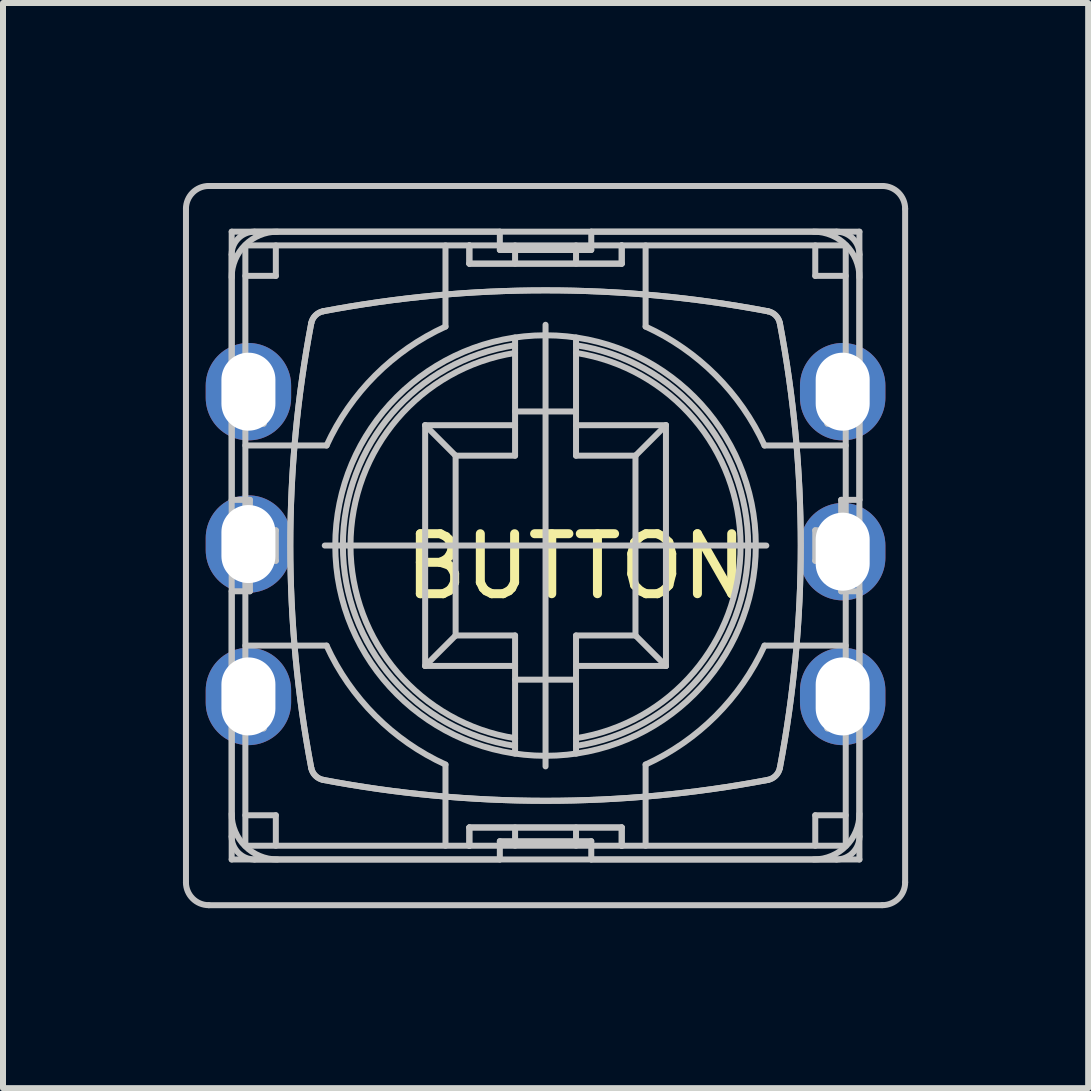
<source format=kicad_pcb>
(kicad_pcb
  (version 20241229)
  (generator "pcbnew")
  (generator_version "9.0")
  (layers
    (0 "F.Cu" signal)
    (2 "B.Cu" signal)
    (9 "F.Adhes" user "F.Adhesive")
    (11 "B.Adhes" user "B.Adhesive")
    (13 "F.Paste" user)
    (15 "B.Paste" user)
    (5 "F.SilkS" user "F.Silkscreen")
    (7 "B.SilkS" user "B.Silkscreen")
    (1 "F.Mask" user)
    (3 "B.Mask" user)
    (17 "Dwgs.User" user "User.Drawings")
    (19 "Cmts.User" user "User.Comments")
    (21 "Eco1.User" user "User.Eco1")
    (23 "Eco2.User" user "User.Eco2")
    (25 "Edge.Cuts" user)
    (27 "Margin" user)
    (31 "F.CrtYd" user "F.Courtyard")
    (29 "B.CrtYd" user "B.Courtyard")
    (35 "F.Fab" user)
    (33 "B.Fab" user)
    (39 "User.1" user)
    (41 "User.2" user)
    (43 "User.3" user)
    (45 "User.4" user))
  (footprint "BUTTON"
    (layer "F.Cu")
    (at 6.552 5.892)
    (property "Reference" "BUTTON" (at 0 0.5 0) (layer "F.SilkS") (effects (font (size 1 1) (thickness 0.15))))
    (attr through_hole)
    (fp_line (start -6.502 5.766) (end -6.502 -5.461) (stroke (width 0.1) (type solid)) (layer "Dwgs.User"))
    (fp_line (start -6.121 -5.842) (end 5.105 -5.842) (stroke (width 0.1) (type solid)) (layer "Dwgs.User"))
    (fp_line (start -5.74 -5.08) (end 4.724 -5.08) (stroke (width 0.1) (type solid)) (layer "Dwgs.User"))
    (fp_line (start -5.74 -2.654) (end -5.74 -5.08) (stroke (width 0.1) (type solid)) (layer "Dwgs.User"))
    (fp_line (start -5.74 -2.654) (end -5.74 -4.699) (stroke (width 0.1) (type solid)) (layer "Dwgs.User"))
    (fp_line (start -5.74 -2.654) (end -5.74 -2.121) (stroke (width 0.1) (type solid)) (layer "Dwgs.User"))
    (fp_line (start -5.74 -2.121) (end -5.696 -1.994) (stroke (width 0.1) (type solid)) (layer "Dwgs.User"))
    (fp_line (start -5.74 -0.61) (end -5.74 -2.121) (stroke (width 0.1) (type solid)) (layer "Dwgs.User"))
    (fp_line (start -5.74 -0.102) (end -5.74 -2.121) (stroke (width 0.1) (type solid)) (layer "Dwgs.User"))
    (fp_line (start -5.74 -0.102) (end -5.74 0.406) (stroke (width 0.1) (type solid)) (layer "Dwgs.User"))
    (fp_line (start -5.74 -0.102) (end -5.247 -0.102) (stroke (width 0.1) (type solid)) (layer "Dwgs.User"))
    (fp_line (start -5.74 0.406) (end -5.247 0.406) (stroke (width 0.1) (type solid)) (layer "Dwgs.User"))
    (fp_line (start -5.74 0.914) (end -5.512 0.914) (stroke (width 0.1) (type solid)) (layer "Dwgs.User"))
    (fp_line (start -5.74 2.426) (end -5.74 0.406) (stroke (width 0.1) (type solid)) (layer "Dwgs.User"))
    (fp_line (start -5.74 2.426) (end -5.74 0.914) (stroke (width 0.1) (type solid)) (layer "Dwgs.User"))
    (fp_line (start -5.74 2.426) (end -5.74 2.959) (stroke (width 0.1) (type solid)) (layer "Dwgs.User"))
    (fp_line (start -5.74 2.959) (end -5.696 3.086) (stroke (width 0.1) (type solid)) (layer "Dwgs.User"))
    (fp_line (start -5.74 5.004) (end -5.74 2.959) (stroke (width 0.1) (type solid)) (layer "Dwgs.User"))
    (fp_line (start -5.74 5.385) (end -5.74 2.959) (stroke (width 0.1) (type solid)) (layer "Dwgs.User"))
    (fp_line (start -5.696 -2.781) (end -5.74 -2.654) (stroke (width 0.1) (type solid)) (layer "Dwgs.User"))
    (fp_line (start -5.696 -2.781) (end -5.207 -2.781) (stroke (width 0.1) (type solid)) (layer "Dwgs.User"))
    (fp_line (start -5.696 -1.994) (end -5.207 -1.994) (stroke (width 0.1) (type solid)) (layer "Dwgs.User"))
    (fp_line (start -5.696 2.299) (end -5.74 2.426) (stroke (width 0.1) (type solid)) (layer "Dwgs.User"))
    (fp_line (start -5.696 2.299) (end -5.207 2.299) (stroke (width 0.1) (type solid)) (layer "Dwgs.User"))
    (fp_line (start -5.696 3.086) (end -5.207 3.086) (stroke (width 0.1) (type solid)) (layer "Dwgs.User"))
    (fp_line (start -5.527 -2.781) (end -5.527 -1.994) (stroke (width 0.1) (type solid)) (layer "Dwgs.User"))
    (fp_line (start -5.527 2.299) (end -5.527 3.086) (stroke (width 0.1) (type solid)) (layer "Dwgs.User"))
    (fp_line (start -5.512 -4.851) (end -1.778 -4.851) (stroke (width 0.1) (type solid)) (layer "Dwgs.User"))
    (fp_line (start -5.512 -4.343) (end -5.004 -4.343) (stroke (width 0.1) (type solid)) (layer "Dwgs.User"))
    (fp_line (start -5.512 -2.896) (end -5.207 -2.896) (stroke (width 0.1) (type solid)) (layer "Dwgs.User"))
    (fp_line (start -5.512 -2.781) (end -5.512 -4.851) (stroke (width 0.1) (type solid)) (layer "Dwgs.User"))
    (fp_line (start -5.512 -1.994) (end -5.512 -2.781) (stroke (width 0.1) (type solid)) (layer "Dwgs.User"))
    (fp_line (start -5.512 -0.61) (end -5.74 -0.61) (stroke (width 0.1) (type solid)) (layer "Dwgs.User"))
    (fp_line (start -5.512 -0.102) (end -5.512 -1.994) (stroke (width 0.1) (type solid)) (layer "Dwgs.User"))
    (fp_line (start -5.512 -0.102) (end -5.512 0.406) (stroke (width 0.1) (type solid)) (layer "Dwgs.User"))
    (fp_line (start -5.512 0.406) (end -5.512 -0.102) (stroke (width 0.1) (type solid)) (layer "Dwgs.User"))
    (fp_line (start -5.512 0.914) (end -5.436 0.914) (stroke (width 0.1) (type solid)) (layer "Dwgs.User"))
    (fp_line (start -5.512 1.82) (end -4.158 1.82) (stroke (width 0.1) (type solid)) (layer "Dwgs.User"))
    (fp_line (start -5.512 2.184) (end -5.207 2.184) (stroke (width 0.1) (type solid)) (layer "Dwgs.User"))
    (fp_line (start -5.512 2.299) (end -5.512 0.406) (stroke (width 0.1) (type solid)) (layer "Dwgs.User"))
    (fp_line (start -5.512 3.086) (end -5.512 2.299) (stroke (width 0.1) (type solid)) (layer "Dwgs.User"))
    (fp_line (start -5.512 5.156) (end -5.512 3.086) (stroke (width 0.1) (type solid)) (layer "Dwgs.User"))
    (fp_line (start -5.436 -2.654) (end -5.74 -2.654) (stroke (width 0.1) (type solid)) (layer "Dwgs.User"))
    (fp_line (start -5.436 -2.654) (end -5.436 -2.121) (stroke (width 0.1) (type solid)) (layer "Dwgs.User"))
    (fp_line (start -5.436 -2.654) (end -5.394 -2.781) (stroke (width 0.1) (type solid)) (layer "Dwgs.User"))
    (fp_line (start -5.436 -2.121) (end -5.74 -2.121) (stroke (width 0.1) (type solid)) (layer "Dwgs.User"))
    (fp_line (start -5.436 -0.61) (end -5.512 -0.61) (stroke (width 0.1) (type solid)) (layer "Dwgs.User"))
    (fp_line (start -5.436 -0.102) (end -5.436 -0.61) (stroke (width 0.1) (type solid)) (layer "Dwgs.User"))
    (fp_line (start -5.436 -0.102) (end -5.436 0.406) (stroke (width 0.1) (type solid)) (layer "Dwgs.User"))
    (fp_line (start -5.436 0.914) (end -5.436 0.406) (stroke (width 0.1) (type solid)) (layer "Dwgs.User"))
    (fp_line (start -5.436 2.426) (end -5.74 2.426) (stroke (width 0.1) (type solid)) (layer "Dwgs.User"))
    (fp_line (start -5.436 2.426) (end -5.436 2.959) (stroke (width 0.1) (type solid)) (layer "Dwgs.User"))
    (fp_line (start -5.436 2.426) (end -5.394 2.299) (stroke (width 0.1) (type solid)) (layer "Dwgs.User"))
    (fp_line (start -5.436 2.959) (end -5.74 2.959) (stroke (width 0.1) (type solid)) (layer "Dwgs.User"))
    (fp_line (start -5.4 -2.781) (end -5.4 -1.994) (stroke (width 0.1) (type solid)) (layer "Dwgs.User"))
    (fp_line (start -5.4 2.299) (end -5.4 3.086) (stroke (width 0.1) (type solid)) (layer "Dwgs.User"))
    (fp_line (start -5.394 -1.994) (end -5.436 -2.121) (stroke (width 0.1) (type solid)) (layer "Dwgs.User"))
    (fp_line (start -5.394 3.086) (end -5.436 2.959) (stroke (width 0.1) (type solid)) (layer "Dwgs.User"))
    (fp_line (start -5.359 -5.08) (end -1.27 -5.08) (stroke (width 0.1) (type solid)) (layer "Dwgs.User"))
    (fp_line (start -5.247 0.406) (end -5.004 0.406) (stroke (width 0.1) (type solid)) (layer "Dwgs.User"))
    (fp_line (start -5.246 -2.781) (end -5.246 -1.994) (stroke (width 0.1) (type solid)) (layer "Dwgs.User"))
    (fp_line (start -5.246 2.299) (end -5.246 3.086) (stroke (width 0.1) (type solid)) (layer "Dwgs.User"))
    (fp_line (start -5.207 -2.896) (end -5.207 -1.88) (stroke (width 0.1) (type solid)) (layer "Dwgs.User"))
    (fp_line (start -5.207 -2.781) (end -5.207 -1.994) (stroke (width 0.1) (type solid)) (layer "Dwgs.User"))
    (fp_line (start -5.207 -1.88) (end -5.512 -1.88) (stroke (width 0.1) (type solid)) (layer "Dwgs.User"))
    (fp_line (start -5.207 -0.102) (end -5.207 0.406) (stroke (width 0.1) (type solid)) (layer "Dwgs.User"))
    (fp_line (start -5.207 2.184) (end -5.207 3.2) (stroke (width 0.1) (type solid)) (layer "Dwgs.User"))
    (fp_line (start -5.207 2.299) (end -5.207 3.086) (stroke (width 0.1) (type solid)) (layer "Dwgs.User"))
    (fp_line (start -5.207 3.2) (end -5.512 3.2) (stroke (width 0.1) (type solid)) (layer "Dwgs.User"))
    (fp_line (start -5.004 -4.343) (end -5.004 -4.851) (stroke (width 0.1) (type solid)) (layer "Dwgs.User"))
    (fp_line (start -5.004 -0.102) (end -5.247 -0.102) (stroke (width 0.1) (type solid)) (layer "Dwgs.User"))
    (fp_line (start -5.004 0.406) (end -5.004 -0.102) (stroke (width 0.1) (type solid)) (layer "Dwgs.User"))
    (fp_line (start -5.004 4.648) (end -5.512 4.648) (stroke (width 0.1) (type solid)) (layer "Dwgs.User"))
    (fp_line (start -5.004 5.156) (end -5.004 4.648) (stroke (width 0.1) (type solid)) (layer "Dwgs.User"))
    (fp_line (start -4.188 0.152) (end 3.172 0.152) (stroke (width 0.1) (type solid)) (layer "Dwgs.User"))
    (fp_line (start -4.158 -1.516) (end -5.512 -1.516) (stroke (width 0.1) (type solid)) (layer "Dwgs.User"))
    (fp_line (start -2.515 -1.854) (end -2.007 -1.346) (stroke (width 0.1) (type solid)) (layer "Dwgs.User"))
    (fp_line (start -2.515 -1.854) (end -1.016 -1.854) (stroke (width 0.1) (type solid)) (layer "Dwgs.User"))
    (fp_line (start -2.515 2.159) (end -2.515 -1.854) (stroke (width 0.1) (type solid)) (layer "Dwgs.User"))
    (fp_line (start -2.176 -4.851) (end -2.176 -3.498) (stroke (width 0.1) (type solid)) (layer "Dwgs.User"))
    (fp_line (start -2.176 3.803) (end -2.176 5.156) (stroke (width 0.1) (type solid)) (layer "Dwgs.User"))
    (fp_line (start -2.007 -1.346) (end -2.007 1.651) (stroke (width 0.1) (type solid)) (layer "Dwgs.User"))
    (fp_line (start -2.007 1.651) (end -2.515 2.159) (stroke (width 0.1) (type solid)) (layer "Dwgs.User"))
    (fp_line (start -1.778 -4.851) (end -1.778 -4.547) (stroke (width 0.1) (type solid)) (layer "Dwgs.User"))
    (fp_line (start -1.778 -4.851) (end 0.762 -4.851) (stroke (width 0.1) (type solid)) (layer "Dwgs.User"))
    (fp_line (start -1.778 -4.547) (end -1.778 -4.851) (stroke (width 0.1) (type solid)) (layer "Dwgs.User"))
    (fp_line (start -1.778 -4.547) (end 0.762 -4.547) (stroke (width 0.1) (type solid)) (layer "Dwgs.User"))
    (fp_line (start -1.778 -4.547) (end 0.762 -4.547) (stroke (width 0.1) (type solid)) (layer "Dwgs.User"))
    (fp_line (start -1.778 4.851) (end -1.778 5.156) (stroke (width 0.1) (type solid)) (layer "Dwgs.User"))
    (fp_line (start -1.778 4.851) (end -1.778 5.156) (stroke (width 0.1) (type solid)) (layer "Dwgs.User"))
    (fp_line (start -1.778 4.851) (end 0.762 4.851) (stroke (width 0.1) (type solid)) (layer "Dwgs.User"))
    (fp_line (start -1.778 5.156) (end -5.512 5.156) (stroke (width 0.1) (type solid)) (layer "Dwgs.User"))
    (fp_line (start -1.778 5.156) (end 0.762 5.156) (stroke (width 0.1) (type solid)) (layer "Dwgs.User"))
    (fp_line (start -1.27 -5.08) (end -1.27 -4.851) (stroke (width 0.1) (type solid)) (layer "Dwgs.User"))
    (fp_line (start -1.27 -4.851) (end -1.27 -4.775) (stroke (width 0.1) (type solid)) (layer "Dwgs.User"))
    (fp_line (start -1.27 -4.775) (end 0.254 -4.775) (stroke (width 0.1) (type solid)) (layer "Dwgs.User"))
    (fp_line (start -1.27 5.08) (end -1.27 5.156) (stroke (width 0.1) (type solid)) (layer "Dwgs.User"))
    (fp_line (start -1.27 5.156) (end -1.27 5.385) (stroke (width 0.1) (type solid)) (layer "Dwgs.User"))
    (fp_line (start -1.27 5.385) (end -5.359 5.385) (stroke (width 0.1) (type solid)) (layer "Dwgs.User"))
    (fp_line (start -1.016 -4.547) (end -1.016 -4.851) (stroke (width 0.1) (type solid)) (layer "Dwgs.User"))
    (fp_line (start -1.016 -3.316) (end -1.016 -1.346) (stroke (width 0.1) (type solid)) (layer "Dwgs.User"))
    (fp_line (start -1.016 -1.346) (end -2.007 -1.346) (stroke (width 0.1) (type solid)) (layer "Dwgs.User"))
    (fp_line (start -1.016 1.651) (end -2.007 1.651) (stroke (width 0.1) (type solid)) (layer "Dwgs.User"))
    (fp_line (start -1.016 1.651) (end -1.016 3.621) (stroke (width 0.1) (type solid)) (layer "Dwgs.User"))
    (fp_line (start -1.016 2.159) (end -2.515 2.159) (stroke (width 0.1) (type solid)) (layer "Dwgs.User"))
    (fp_line (start -1.016 4.851) (end -1.016 5.156) (stroke (width 0.1) (type solid)) (layer "Dwgs.User"))
    (fp_line (start -0.508 3.833) (end -0.508 -3.528) (stroke (width 0.1) (type solid)) (layer "Dwgs.User"))
    (fp_line (start 0 -4.547) (end 0 -4.851) (stroke (width 0.1) (type solid)) (layer "Dwgs.User"))
    (fp_line (start 0 -3.316) (end 0 -1.346) (stroke (width 0.1) (type solid)) (layer "Dwgs.User"))
    (fp_line (start 0 -2.083) (end -1.016 -2.083) (stroke (width 0.1) (type solid)) (layer "Dwgs.User"))
    (fp_line (start 0 -1.854) (end 1.499 -1.854) (stroke (width 0.1) (type solid)) (layer "Dwgs.User"))
    (fp_line (start 0 1.651) (end 0 3.621) (stroke (width 0.1) (type solid)) (layer "Dwgs.User"))
    (fp_line (start 0 2.388) (end -1.016 2.388) (stroke (width 0.1) (type solid)) (layer "Dwgs.User"))
    (fp_line (start 0 4.851) (end 0 5.156) (stroke (width 0.1) (type solid)) (layer "Dwgs.User"))
    (fp_line (start 0.254 -5.08) (end 4.343 -5.08) (stroke (width 0.1) (type solid)) (layer "Dwgs.User"))
    (fp_line (start 0.254 -4.851) (end 0.254 -5.08) (stroke (width 0.1) (type solid)) (layer "Dwgs.User"))
    (fp_line (start 0.254 -4.775) (end 0.254 -4.851) (stroke (width 0.1) (type solid)) (layer "Dwgs.User"))
    (fp_line (start 0.254 5.08) (end -1.27 5.08) (stroke (width 0.1) (type solid)) (layer "Dwgs.User"))
    (fp_line (start 0.254 5.156) (end 0.254 5.08) (stroke (width 0.1) (type solid)) (layer "Dwgs.User"))
    (fp_line (start 0.254 5.385) (end 0.254 5.156) (stroke (width 0.1) (type solid)) (layer "Dwgs.User"))
    (fp_line (start 0.762 -4.851) (end 4.496 -4.851) (stroke (width 0.1) (type solid)) (layer "Dwgs.User"))
    (fp_line (start 0.762 -4.547) (end 0.762 -4.851) (stroke (width 0.1) (type solid)) (layer "Dwgs.User"))
    (fp_line (start 0.762 -4.547) (end 0.762 -4.851) (stroke (width 0.1) (type solid)) (layer "Dwgs.User"))
    (fp_line (start 0.762 4.851) (end -1.778 4.851) (stroke (width 0.1) (type solid)) (layer "Dwgs.User"))
    (fp_line (start 0.762 4.851) (end 0.762 5.156) (stroke (width 0.1) (type solid)) (layer "Dwgs.User"))
    (fp_line (start 0.762 5.156) (end 0.762 4.851) (stroke (width 0.1) (type solid)) (layer "Dwgs.User"))
    (fp_line (start 0.991 -1.346) (end 0 -1.346) (stroke (width 0.1) (type solid)) (layer "Dwgs.User"))
    (fp_line (start 0.991 -1.346) (end 0.991 1.651) (stroke (width 0.1) (type solid)) (layer "Dwgs.User"))
    (fp_line (start 0.991 -1.346) (end 1.499 -1.854) (stroke (width 0.1) (type solid)) (layer "Dwgs.User"))
    (fp_line (start 0.991 1.651) (end 0 1.651) (stroke (width 0.1) (type solid)) (layer "Dwgs.User"))
    (fp_line (start 1.16 -3.498) (end 1.16 -4.851) (stroke (width 0.1) (type solid)) (layer "Dwgs.User"))
    (fp_line (start 1.16 5.156) (end 1.16 3.803) (stroke (width 0.1) (type solid)) (layer "Dwgs.User"))
    (fp_line (start 1.499 -1.854) (end 1.499 2.159) (stroke (width 0.1) (type solid)) (layer "Dwgs.User"))
    (fp_line (start 1.499 2.159) (end 0 2.159) (stroke (width 0.1) (type solid)) (layer "Dwgs.User"))
    (fp_line (start 1.499 2.159) (end 0.991 1.651) (stroke (width 0.1) (type solid)) (layer "Dwgs.User"))
    (fp_line (start 3.142 1.82) (end 4.496 1.82) (stroke (width 0.1) (type solid)) (layer "Dwgs.User"))
    (fp_line (start 3.988 -4.851) (end 3.988 -4.343) (stroke (width 0.1) (type solid)) (layer "Dwgs.User"))
    (fp_line (start 3.988 -4.343) (end 4.496 -4.343) (stroke (width 0.1) (type solid)) (layer "Dwgs.User"))
    (fp_line (start 3.988 -0.102) (end 3.988 0.406) (stroke (width 0.1) (type solid)) (layer "Dwgs.User"))
    (fp_line (start 3.988 0.406) (end 4.231 0.406) (stroke (width 0.1) (type solid)) (layer "Dwgs.User"))
    (fp_line (start 3.988 4.648) (end 3.988 5.156) (stroke (width 0.1) (type solid)) (layer "Dwgs.User"))
    (fp_line (start 4.191 -2.896) (end 4.496 -2.896) (stroke (width 0.1) (type solid)) (layer "Dwgs.User"))
    (fp_line (start 4.191 -1.994) (end 4.191 -2.781) (stroke (width 0.1) (type solid)) (layer "Dwgs.User"))
    (fp_line (start 4.191 -1.88) (end 4.191 -2.896) (stroke (width 0.1) (type solid)) (layer "Dwgs.User"))
    (fp_line (start 4.191 0.406) (end 4.191 -0.102) (stroke (width 0.1) (type solid)) (layer "Dwgs.User"))
    (fp_line (start 4.191 2.184) (end 4.496 2.184) (stroke (width 0.1) (type solid)) (layer "Dwgs.User"))
    (fp_line (start 4.191 3.086) (end 4.191 2.299) (stroke (width 0.1) (type solid)) (layer "Dwgs.User"))
    (fp_line (start 4.191 3.2) (end 4.191 2.184) (stroke (width 0.1) (type solid)) (layer "Dwgs.User"))
    (fp_line (start 4.23 -1.994) (end 4.23 -2.781) (stroke (width 0.1) (type solid)) (layer "Dwgs.User"))
    (fp_line (start 4.23 3.086) (end 4.23 2.299) (stroke (width 0.1) (type solid)) (layer "Dwgs.User"))
    (fp_line (start 4.231 -0.102) (end 3.988 -0.102) (stroke (width 0.1) (type solid)) (layer "Dwgs.User"))
    (fp_line (start 4.343 5.385) (end 0.254 5.385) (stroke (width 0.1) (type solid)) (layer "Dwgs.User"))
    (fp_line (start 4.378 -2.781) (end 4.42 -2.654) (stroke (width 0.1) (type solid)) (layer "Dwgs.User"))
    (fp_line (start 4.378 2.299) (end 4.42 2.426) (stroke (width 0.1) (type solid)) (layer "Dwgs.User"))
    (fp_line (start 4.384 -1.994) (end 4.384 -2.781) (stroke (width 0.1) (type solid)) (layer "Dwgs.User"))
    (fp_line (start 4.384 3.086) (end 4.384 2.299) (stroke (width 0.1) (type solid)) (layer "Dwgs.User"))
    (fp_line (start 4.42 -2.654) (end 4.724 -2.654) (stroke (width 0.1) (type solid)) (layer "Dwgs.User"))
    (fp_line (start 4.42 -2.121) (end 4.378 -1.994) (stroke (width 0.1) (type solid)) (layer "Dwgs.User"))
    (fp_line (start 4.42 -2.121) (end 4.42 -2.654) (stroke (width 0.1) (type solid)) (layer "Dwgs.User"))
    (fp_line (start 4.42 -2.121) (end 4.724 -2.121) (stroke (width 0.1) (type solid)) (layer "Dwgs.User"))
    (fp_line (start 4.42 -0.61) (end 4.42 -0.102) (stroke (width 0.1) (type solid)) (layer "Dwgs.User"))
    (fp_line (start 4.42 0.406) (end 4.42 -0.102) (stroke (width 0.1) (type solid)) (layer "Dwgs.User"))
    (fp_line (start 4.42 0.406) (end 4.42 0.914) (stroke (width 0.1) (type solid)) (layer "Dwgs.User"))
    (fp_line (start 4.42 0.914) (end 4.496 0.914) (stroke (width 0.1) (type solid)) (layer "Dwgs.User"))
    (fp_line (start 4.42 2.426) (end 4.724 2.426) (stroke (width 0.1) (type solid)) (layer "Dwgs.User"))
    (fp_line (start 4.42 2.959) (end 4.378 3.086) (stroke (width 0.1) (type solid)) (layer "Dwgs.User"))
    (fp_line (start 4.42 2.959) (end 4.42 2.426) (stroke (width 0.1) (type solid)) (layer "Dwgs.User"))
    (fp_line (start 4.42 2.959) (end 4.724 2.959) (stroke (width 0.1) (type solid)) (layer "Dwgs.User"))
    (fp_line (start 4.496 -4.851) (end 4.496 -2.781) (stroke (width 0.1) (type solid)) (layer "Dwgs.User"))
    (fp_line (start 4.496 -2.781) (end 4.496 -1.994) (stroke (width 0.1) (type solid)) (layer "Dwgs.User"))
    (fp_line (start 4.496 -1.994) (end 4.496 -0.102) (stroke (width 0.1) (type solid)) (layer "Dwgs.User"))
    (fp_line (start 4.496 -1.88) (end 4.191 -1.88) (stroke (width 0.1) (type solid)) (layer "Dwgs.User"))
    (fp_line (start 4.496 -1.516) (end 3.142 -1.516) (stroke (width 0.1) (type solid)) (layer "Dwgs.User"))
    (fp_line (start 4.496 -0.61) (end 4.42 -0.61) (stroke (width 0.1) (type solid)) (layer "Dwgs.User"))
    (fp_line (start 4.496 -0.102) (end 4.496 0.406) (stroke (width 0.1) (type solid)) (layer "Dwgs.User"))
    (fp_line (start 4.496 0.406) (end 4.496 -0.102) (stroke (width 0.1) (type solid)) (layer "Dwgs.User"))
    (fp_line (start 4.496 0.406) (end 4.496 2.299) (stroke (width 0.1) (type solid)) (layer "Dwgs.User"))
    (fp_line (start 4.496 0.914) (end 4.724 0.914) (stroke (width 0.1) (type solid)) (layer "Dwgs.User"))
    (fp_line (start 4.496 2.299) (end 4.496 3.086) (stroke (width 0.1) (type solid)) (layer "Dwgs.User"))
    (fp_line (start 4.496 3.086) (end 4.496 5.156) (stroke (width 0.1) (type solid)) (layer "Dwgs.User"))
    (fp_line (start 4.496 3.2) (end 4.191 3.2) (stroke (width 0.1) (type solid)) (layer "Dwgs.User"))
    (fp_line (start 4.496 4.648) (end 3.988 4.648) (stroke (width 0.1) (type solid)) (layer "Dwgs.User"))
    (fp_line (start 4.496 5.156) (end 0.762 5.156) (stroke (width 0.1) (type solid)) (layer "Dwgs.User"))
    (fp_line (start 4.511 -1.994) (end 4.511 -2.781) (stroke (width 0.1) (type solid)) (layer "Dwgs.User"))
    (fp_line (start 4.511 3.086) (end 4.511 2.299) (stroke (width 0.1) (type solid)) (layer "Dwgs.User"))
    (fp_line (start 4.68 -2.781) (end 4.191 -2.781) (stroke (width 0.1) (type solid)) (layer "Dwgs.User"))
    (fp_line (start 4.68 -1.994) (end 4.191 -1.994) (stroke (width 0.1) (type solid)) (layer "Dwgs.User"))
    (fp_line (start 4.68 -1.994) (end 4.724 -2.121) (stroke (width 0.1) (type solid)) (layer "Dwgs.User"))
    (fp_line (start 4.68 2.299) (end 4.191 2.299) (stroke (width 0.1) (type solid)) (layer "Dwgs.User"))
    (fp_line (start 4.68 3.086) (end 4.191 3.086) (stroke (width 0.1) (type solid)) (layer "Dwgs.User"))
    (fp_line (start 4.68 3.086) (end 4.724 2.959) (stroke (width 0.1) (type solid)) (layer "Dwgs.User"))
    (fp_line (start 4.724 -5.08) (end 4.724 -2.654) (stroke (width 0.1) (type solid)) (layer "Dwgs.User"))
    (fp_line (start 4.724 -4.699) (end 4.724 -2.654) (stroke (width 0.1) (type solid)) (layer "Dwgs.User"))
    (fp_line (start 4.724 -2.654) (end 4.68 -2.781) (stroke (width 0.1) (type solid)) (layer "Dwgs.User"))
    (fp_line (start 4.724 -2.121) (end 4.724 -2.654) (stroke (width 0.1) (type solid)) (layer "Dwgs.User"))
    (fp_line (start 4.724 -2.121) (end 4.724 -0.61) (stroke (width 0.1) (type solid)) (layer "Dwgs.User"))
    (fp_line (start 4.724 -2.121) (end 4.724 -0.102) (stroke (width 0.1) (type solid)) (layer "Dwgs.User"))
    (fp_line (start 4.724 -0.61) (end 4.496 -0.61) (stroke (width 0.1) (type solid)) (layer "Dwgs.User"))
    (fp_line (start 4.724 -0.102) (end 4.231 -0.102) (stroke (width 0.1) (type solid)) (layer "Dwgs.User"))
    (fp_line (start 4.724 0.406) (end 4.231 0.406) (stroke (width 0.1) (type solid)) (layer "Dwgs.User"))
    (fp_line (start 4.724 0.406) (end 4.724 -0.102) (stroke (width 0.1) (type solid)) (layer "Dwgs.User"))
    (fp_line (start 4.724 0.406) (end 4.724 2.426) (stroke (width 0.1) (type solid)) (layer "Dwgs.User"))
    (fp_line (start 4.724 0.914) (end 4.724 2.426) (stroke (width 0.1) (type solid)) (layer "Dwgs.User"))
    (fp_line (start 4.724 2.426) (end 4.68 2.299) (stroke (width 0.1) (type solid)) (layer "Dwgs.User"))
    (fp_line (start 4.724 2.959) (end 4.724 2.426) (stroke (width 0.1) (type solid)) (layer "Dwgs.User"))
    (fp_line (start 4.724 2.959) (end 4.724 5.004) (stroke (width 0.1) (type solid)) (layer "Dwgs.User"))
    (fp_line (start 4.724 2.959) (end 4.724 5.385) (stroke (width 0.1) (type solid)) (layer "Dwgs.User"))
    (fp_line (start 4.724 5.385) (end -5.74 5.385) (stroke (width 0.1) (type solid)) (layer "Dwgs.User"))
    (fp_line (start 5.105 6.147) (end -6.121 6.147) (stroke (width 0.1) (type solid)) (layer "Dwgs.User"))
    (fp_line (start 5.486 -5.461) (end 5.486 5.766) (stroke (width 0.1) (type solid)) (layer "Dwgs.User"))
    (fp_arc (start -6.5024 -5.461) (mid -6.390808 -5.730408) (end -6.1214 -5.842) (stroke (width 0.1) (type solid)) (layer "Dwgs.User"))
    (fp_arc (start -6.1214 6.1468) (mid -6.390808 6.035208) (end -6.5024 5.7658) (stroke (width 0.1) (type solid)) (layer "Dwgs.User"))
    (fp_arc (start -5.7404 -4.699) (mid -5.628808 -4.968408) (end -5.3594 -5.08) (stroke (width 0.1) (type solid)) (layer "Dwgs.User"))
    (fp_arc (start -5.7404 -4.318) (mid -5.517215 -4.856815) (end -4.9784 -5.08) (stroke (width 0.1) (type solid)) (layer "Dwgs.User"))
    (fp_arc (start -5.3594 5.3848) (mid -5.628808 5.273208) (end -5.7404 5.0038) (stroke (width 0.1) (type solid)) (layer "Dwgs.User"))
    (fp_arc (start -4.9784 5.3848) (mid -5.517215 5.161615) (end -5.7404 4.6228) (stroke (width 0.1) (type solid)) (layer "Dwgs.User"))
    (fp_arc (start -4.414377 -3.551749) (mid -4.34443 -3.684029) (end -4.21215 -3.753977) (stroke (width 0.1) (type solid)) (layer "Dwgs.User"))
    (fp_arc (start -4.414377 -3.551749) (mid -4.34443 -3.684029) (end -4.21215 -3.753977) (stroke (width 0.1) (type solid)) (layer "Dwgs.User"))
    (fp_arc (start -4.414377 3.856549) (mid -4.7625 0.1524) (end -4.414377 -3.55175) (stroke (width 0.1) (type solid)) (layer "Dwgs.User"))
    (fp_arc (start -4.414377 3.856549) (mid -4.7625 0.1524) (end -4.414377 -3.55175) (stroke (width 0.1) (type solid)) (layer "Dwgs.User"))
    (fp_arc (start -4.212149 -3.753977) (mid -0.508 -4.1021) (end 3.19615 -3.753977) (stroke (width 0.1) (type solid)) (layer "Dwgs.User"))
    (fp_arc (start -4.212149 -3.753977) (mid -0.508 -4.1021) (end 3.19615 -3.753977) (stroke (width 0.1) (type solid)) (layer "Dwgs.User"))
    (fp_arc (start -4.212149 4.058777) (mid -4.344429 3.98883) (end -4.414377 3.85655) (stroke (width 0.1) (type solid)) (layer "Dwgs.User"))
    (fp_arc (start -4.212149 4.058777) (mid -4.344429 3.98883) (end -4.414377 3.85655) (stroke (width 0.1) (type solid)) (layer "Dwgs.User"))
    (fp_arc (start -4.158174 -1.515533) (mid -3.345761 -2.685361) (end -2.175933 -3.497774) (stroke (width 0.1) (type solid)) (layer "Dwgs.User"))
    (fp_arc (start -2.175933 3.802574) (mid -3.345761 2.990161) (end -4.158174 1.820333) (stroke (width 0.1) (type solid)) (layer "Dwgs.User"))
    (fp_arc (start -1.016 3.363667) (mid -3.7592 0.1524) (end -1.016 -3.058867) (stroke (width 0.1) (type solid)) (layer "Dwgs.User"))
    (fp_arc (start -1.016 3.492186) (mid -3.8862 0.1524) (end -1.016 -3.187386) (stroke (width 0.1) (type solid)) (layer "Dwgs.User"))
    (fp_arc (start 0 -3.187386) (mid 2.8702 0.1524) (end 0 3.492186) (stroke (width 0.1) (type solid)) (layer "Dwgs.User"))
    (fp_arc (start 0 -3.058867) (mid 2.7432 0.1524) (end 0 3.363667) (stroke (width 0.1) (type solid)) (layer "Dwgs.User"))
    (fp_arc (start 1.159933 -3.497774) (mid 2.329761 -2.685361) (end 3.142174 -1.515533) (stroke (width 0.1) (type solid)) (layer "Dwgs.User"))
    (fp_arc (start 3.142174 1.820333) (mid 2.329761 2.990161) (end 1.159933 3.802574) (stroke (width 0.1) (type solid)) (layer "Dwgs.User"))
    (fp_arc (start 3.196149 -3.753977) (mid 3.328429 -3.68403) (end 3.398377 -3.55175) (stroke (width 0.1) (type solid)) (layer "Dwgs.User"))
    (fp_arc (start 3.196149 -3.753977) (mid 3.328429 -3.68403) (end 3.398377 -3.55175) (stroke (width 0.1) (type solid)) (layer "Dwgs.User"))
    (fp_arc (start 3.196149 4.058777) (mid -0.508 4.4069) (end -4.21215 4.058777) (stroke (width 0.1) (type solid)) (layer "Dwgs.User"))
    (fp_arc (start 3.196149 4.058777) (mid -0.508 4.4069) (end -4.21215 4.058777) (stroke (width 0.1) (type solid)) (layer "Dwgs.User"))
    (fp_arc (start 3.398377 -3.551749) (mid 3.7465 0.1524) (end 3.398377 3.85655) (stroke (width 0.1) (type solid)) (layer "Dwgs.User"))
    (fp_arc (start 3.398377 -3.551749) (mid 3.7465 0.1524) (end 3.398377 3.85655) (stroke (width 0.1) (type solid)) (layer "Dwgs.User"))
    (fp_arc (start 3.398377 3.856549) (mid 3.32843 3.988829) (end 3.19615 4.058777) (stroke (width 0.1) (type solid)) (layer "Dwgs.User"))
    (fp_arc (start 3.398377 3.856549) (mid 3.32843 3.988829) (end 3.19615 4.058777) (stroke (width 0.1) (type solid)) (layer "Dwgs.User"))
    (fp_arc (start 3.9624 -5.08) (mid 4.501215 -4.856815) (end 4.7244 -4.318) (stroke (width 0.1) (type solid)) (layer "Dwgs.User"))
    (fp_arc (start 4.3434 -5.08) (mid 4.612808 -4.968408) (end 4.7244 -4.699) (stroke (width 0.1) (type solid)) (layer "Dwgs.User"))
    (fp_arc (start 4.7244 4.6228) (mid 4.501215 5.161615) (end 3.9624 5.3848) (stroke (width 0.1) (type solid)) (layer "Dwgs.User"))
    (fp_arc (start 4.7244 5.0038) (mid 4.612808 5.273208) (end 4.3434 5.3848) (stroke (width 0.1) (type solid)) (layer "Dwgs.User"))
    (fp_arc (start 5.1054 -5.842) (mid 5.374808 -5.730408) (end 5.4864 -5.461) (stroke (width 0.1) (type solid)) (layer "Dwgs.User"))
    (fp_arc (start 5.4864 5.7658) (mid 5.374808 6.035208) (end 5.1054 6.1468) (stroke (width 0.1) (type solid)) (layer "Dwgs.User"))
    (fp_circle (center -0.508 0.152) (end 2.997 0.152) (stroke (width 0.1) (type solid)) (fill no) (layer "Dwgs.User"))
    (pad "1" thru_hole oval (at 4.445 -2.413) (size 1.424 1.624) (drill oval 0.9 1.3) (layers "*.Cu" "*.Mask"))
    (pad "2" thru_hole oval (at -5.461 -2.413) (size 1.424 1.624) (drill oval 0.9 1.3) (layers "*.Cu" "*.Mask"))
    (pad "3" thru_hole oval (at 4.445 2.667) (size 1.424 1.624) (drill oval 0.9 1.3) (layers "*.Cu" "*.Mask"))
    (pad "4" thru_hole oval (at -5.461 2.667) (size 1.424 1.624) (drill oval 0.9 1.3) (layers "*.Cu" "*.Mask"))
    (pad "5" thru_hole oval (at 4.445 0.254) (size 1.424 1.624) (drill oval 0.9 1.3) (layers "*.Cu" "*.Mask"))
    (pad "6" thru_hole oval (at -5.461 0.127) (size 1.424 1.624) (drill oval 0.9 1.3) (layers "*.Cu" "*.Mask")))
  (gr_rect
    (start -3 -3)
    (end 15.089 15.089)
    (stroke (width 0.1) (type default))
    (fill no)
    (layer "Edge.Cuts")))
</source>
